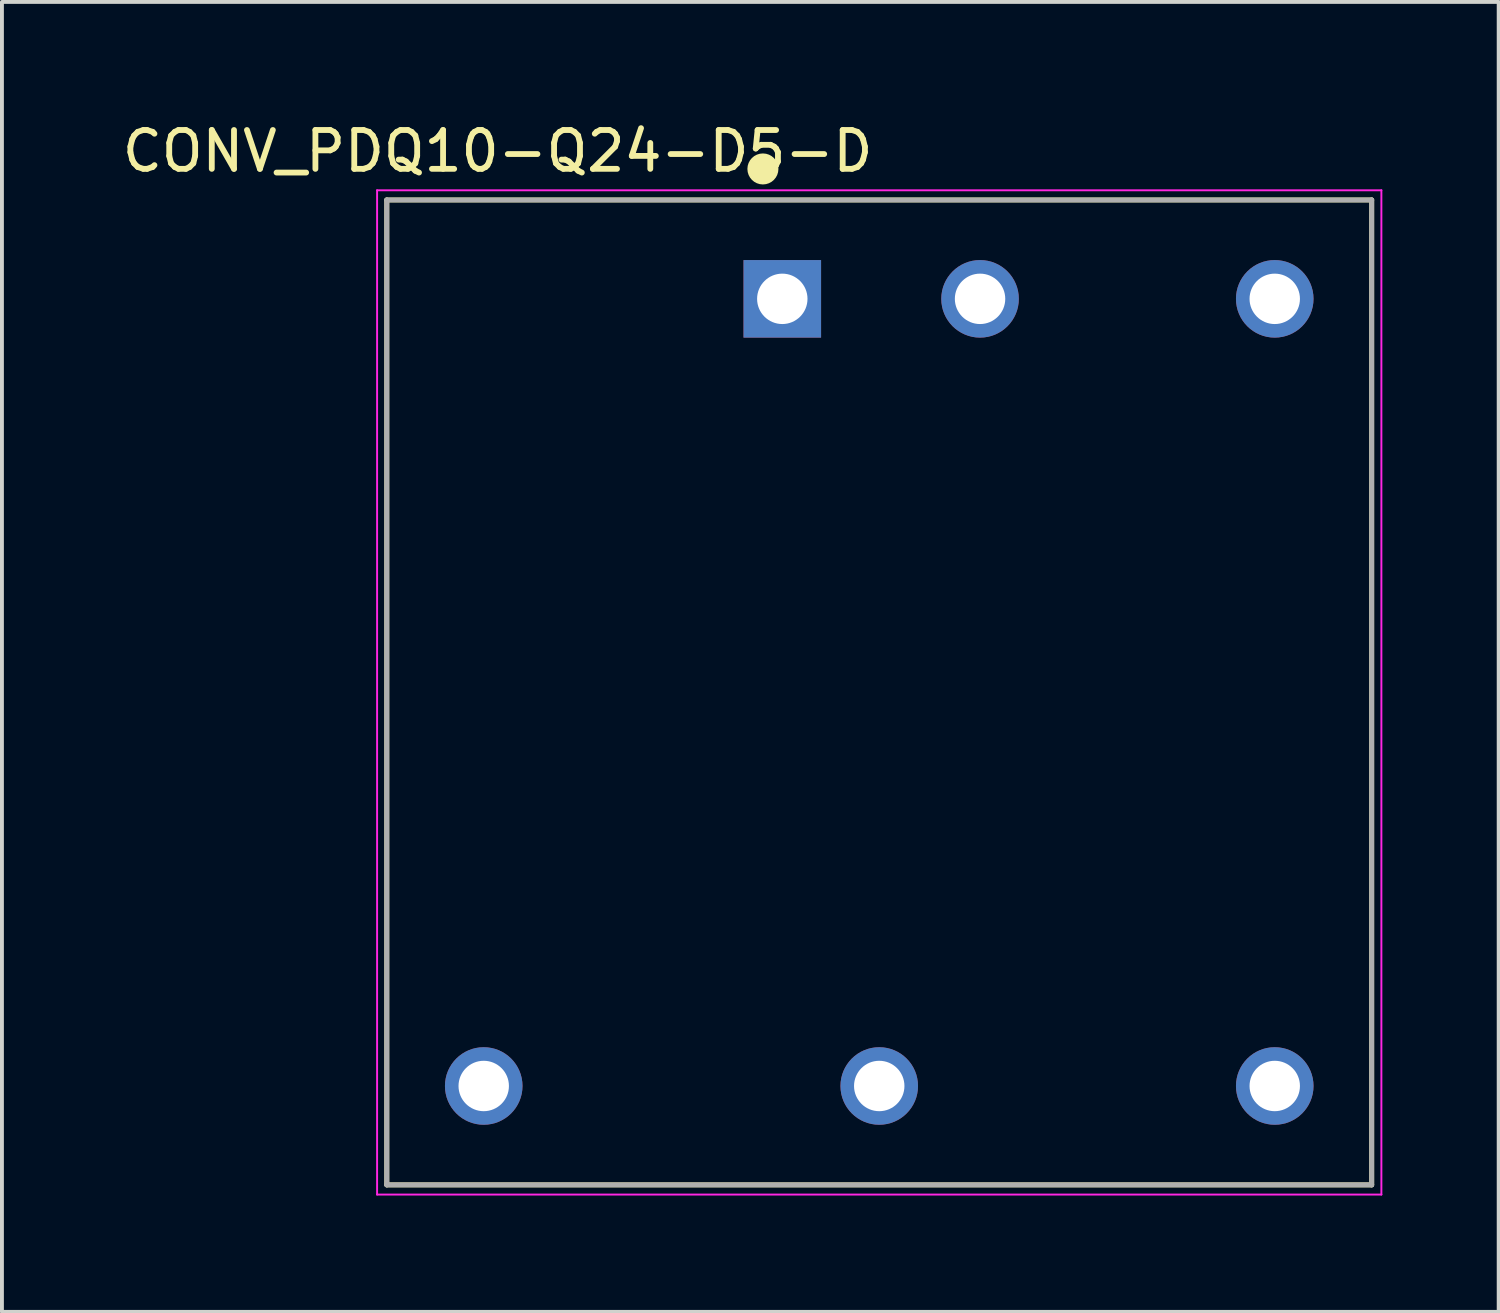
<source format=kicad_pcb>
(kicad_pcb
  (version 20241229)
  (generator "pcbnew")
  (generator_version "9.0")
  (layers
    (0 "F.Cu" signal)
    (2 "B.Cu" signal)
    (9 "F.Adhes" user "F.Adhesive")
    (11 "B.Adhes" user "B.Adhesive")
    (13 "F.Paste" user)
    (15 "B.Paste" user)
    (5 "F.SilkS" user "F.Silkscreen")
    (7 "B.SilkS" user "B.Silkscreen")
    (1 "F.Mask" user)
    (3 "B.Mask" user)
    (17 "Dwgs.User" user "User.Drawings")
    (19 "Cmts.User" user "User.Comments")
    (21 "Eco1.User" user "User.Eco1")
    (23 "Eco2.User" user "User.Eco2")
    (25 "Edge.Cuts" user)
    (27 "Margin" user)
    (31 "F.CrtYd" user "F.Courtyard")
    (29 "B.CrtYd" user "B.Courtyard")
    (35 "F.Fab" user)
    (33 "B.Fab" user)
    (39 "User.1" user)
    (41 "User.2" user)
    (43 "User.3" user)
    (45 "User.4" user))
  (footprint "CONV_PDQ10-Q24-D5-D"
    (layer "F.Cu")
    (at 19.625 14.807)
    (property "Reference" "CONV_PDQ10-Q24-D5-D" (at -9.841 -13.958 0) (layer "F.SilkS") (effects (font (size 1.002 1.002) (thickness 0.15))))
    (attr through_hole)
    (fp_line (start -12.7 -12.7) (end 12.7 -12.7) (stroke (width 0.127) (type solid)) (layer "F.SilkS"))
    (fp_line (start -12.7 12.7) (end -12.7 -12.7) (stroke (width 0.127) (type solid)) (layer "F.SilkS"))
    (fp_line (start 12.7 -12.7) (end 12.7 12.7) (stroke (width 0.127) (type solid)) (layer "F.SilkS"))
    (fp_line (start 12.7 12.7) (end -12.7 12.7) (stroke (width 0.127) (type solid)) (layer "F.SilkS"))
    (fp_circle (center -3 -13.5) (end -2.8 -13.5) (stroke (width 0.4) (type solid)) (fill no) (layer "F.SilkS"))
    (fp_line (start -12.95 -12.95) (end 12.95 -12.95) (stroke (width 0.05) (type solid)) (layer "F.CrtYd"))
    (fp_line (start -12.95 12.95) (end -12.95 -12.95) (stroke (width 0.05) (type solid)) (layer "F.CrtYd"))
    (fp_line (start 12.95 -12.95) (end 12.95 12.95) (stroke (width 0.05) (type solid)) (layer "F.CrtYd"))
    (fp_line (start 12.95 12.95) (end -12.95 12.95) (stroke (width 0.05) (type solid)) (layer "F.CrtYd"))
    (fp_line (start -12.7 -12.7) (end 12.7 -12.7) (stroke (width 0.127) (type solid)) (layer "F.Fab"))
    (fp_line (start -12.7 12.7) (end -12.7 -12.7) (stroke (width 0.127) (type solid)) (layer "F.Fab"))
    (fp_line (start 12.7 -12.7) (end 12.7 12.7) (stroke (width 0.127) (type solid)) (layer "F.Fab"))
    (fp_line (start 12.7 12.7) (end -12.7 12.7) (stroke (width 0.127) (type solid)) (layer "F.Fab"))
    (fp_circle (center -2.5 -10.25) (end -2.3 -10.25) (stroke (width 0.4) (type solid)) (fill no) (layer "F.Fab"))
    (pad "1" thru_hole rect (at -2.5 -10.15) (size 2 2) (drill 1.3) (layers "*.Cu" "*.Mask"))
    (pad "2" thru_hole circle (at 2.6 -10.15) (size 2 2) (drill 1.3) (layers "*.Cu" "*.Mask"))
    (pad "3" thru_hole circle (at -10.2 10.15) (size 2 2) (drill 1.3) (layers "*.Cu" "*.Mask"))
    (pad "4" thru_hole circle (at 0 10.15) (size 2 2) (drill 1.3) (layers "*.Cu" "*.Mask"))
    (pad "5" thru_hole circle (at 10.2 10.15) (size 2 2) (drill 1.3) (layers "*.Cu" "*.Mask"))
    (pad "6" thru_hole circle (at 10.2 -10.15) (size 2 2) (drill 1.3) (layers "*.Cu" "*.Mask")))
  (gr_rect
    (start -3 -3)
    (end 35.6 30.782)
    (stroke (width 0.1) (type default))
    (fill no)
    (layer "Edge.Cuts")))
</source>
